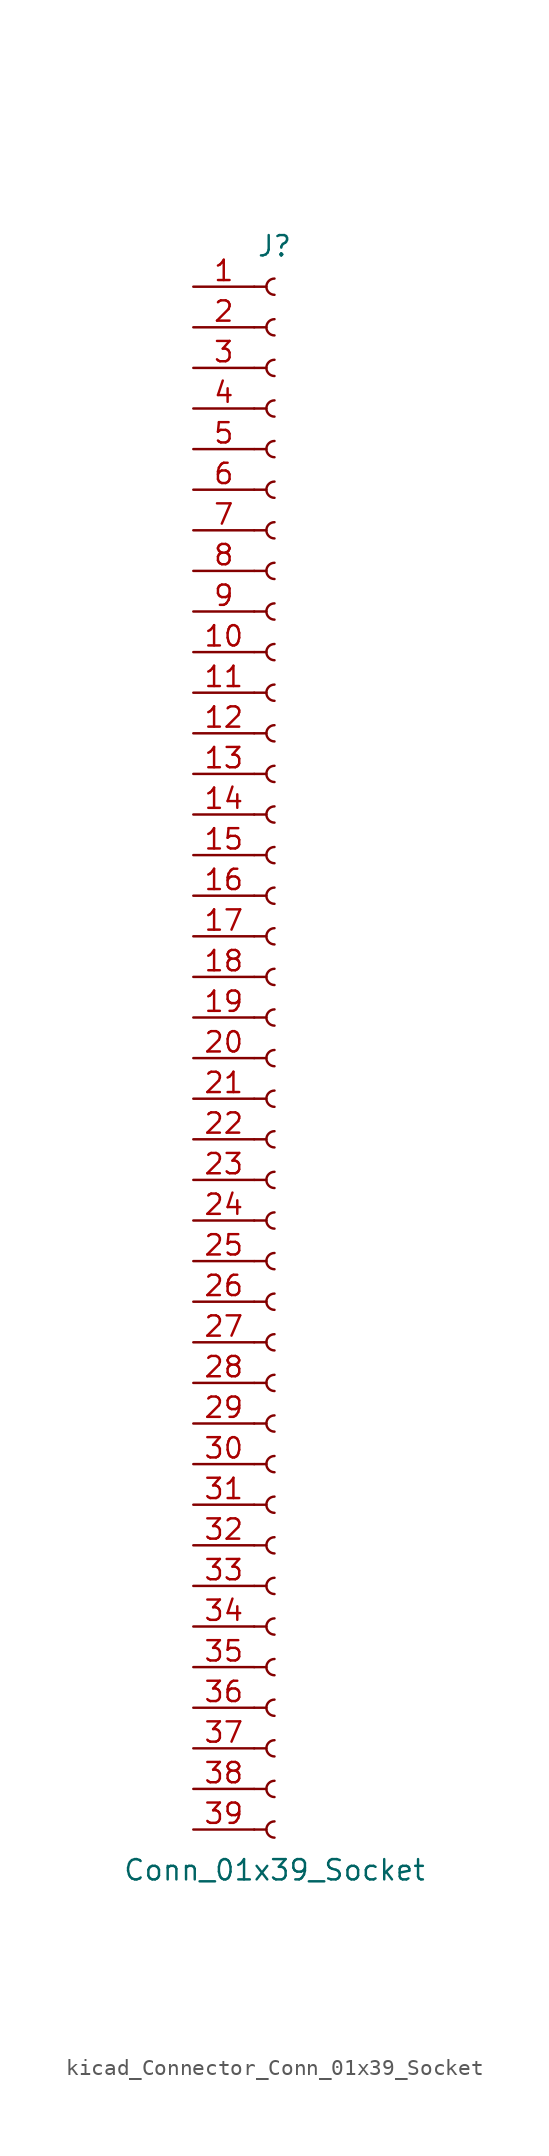
<source format=kicad_sym>
(kicad_symbol_lib
  (version 20220914)
  (generator kicad_symbol_editor)
  (symbol "kicad_Connector_Conn_01x39_Socket"
    (pin_names
      (offset 1.016) hide)
    (property "Reference" "J"
      (at 0 50.8 0)
      (effects (font (size 1.27 1.27))))
    (property "Value" "Conn_01x39_Socket"
      (at 0 -50.8 0)
      (effects (font (size 1.27 1.27))))
    (property "ki_locked" ""
      (at 0 0 0)
      (effects (font (size 1.27 1.27))))
    (symbol "kicad_Connector_Conn_01x39_Socket_1_1"
      (arc (start 0 -47.752) (mid -0.5058 -48.26) (end 0 -48.768) (stroke (width 0.1524) (type default)) (fill (type none)))
      (arc (start 0 -45.212) (mid -0.5058 -45.72) (end 0 -46.228) (stroke (width 0.1524) (type default)) (fill (type none)))
      (arc (start 0 -42.672) (mid -0.5058 -43.18) (end 0 -43.688) (stroke (width 0.1524) (type default)) (fill (type none)))
      (arc (start 0 -40.132) (mid -0.5058 -40.64) (end 0 -41.148) (stroke (width 0.1524) (type default)) (fill (type none)))
      (arc (start 0 -37.592) (mid -0.5058 -38.1) (end 0 -38.608) (stroke (width 0.1524) (type default)) (fill (type none)))
      (arc (start 0 -35.052) (mid -0.5058 -35.56) (end 0 -36.068) (stroke (width 0.1524) (type default)) (fill (type none)))
      (arc (start 0 -32.512) (mid -0.5058 -33.02) (end 0 -33.528) (stroke (width 0.1524) (type default)) (fill (type none)))
      (arc (start 0 -29.972) (mid -0.5058 -30.48) (end 0 -30.988) (stroke (width 0.1524) (type default)) (fill (type none)))
      (arc (start 0 -27.432) (mid -0.5058 -27.94) (end 0 -28.448) (stroke (width 0.1524) (type default)) (fill (type none)))
      (arc (start 0 -24.892) (mid -0.5058 -25.4) (end 0 -25.908) (stroke (width 0.1524) (type default)) (fill (type none)))
      (arc (start 0 -22.352) (mid -0.5058 -22.86) (end 0 -23.368) (stroke (width 0.1524) (type default)) (fill (type none)))
      (arc (start 0 -19.812) (mid -0.5058 -20.32) (end 0 -20.828) (stroke (width 0.1524) (type default)) (fill (type none)))
      (arc (start 0 -17.272) (mid -0.5058 -17.78) (end 0 -18.288) (stroke (width 0.1524) (type default)) (fill (type none)))
      (arc (start 0 -14.732) (mid -0.5058 -15.24) (end 0 -15.748) (stroke (width 0.1524) (type default)) (fill (type none)))
      (arc (start 0 -12.192) (mid -0.5058 -12.7) (end 0 -13.208) (stroke (width 0.1524) (type default)) (fill (type none)))
      (arc (start 0 -9.652) (mid -0.5058 -10.16) (end 0 -10.668) (stroke (width 0.1524) (type default)) (fill (type none)))
      (arc (start 0 -7.112) (mid -0.5058 -7.62) (end 0 -8.128) (stroke (width 0.1524) (type default)) (fill (type none)))
      (arc (start 0 -4.572) (mid -0.5058 -5.08) (end 0 -5.588) (stroke (width 0.1524) (type default)) (fill (type none)))
      (arc (start 0 -2.032) (mid -0.5058 -2.54) (end 0 -3.048) (stroke (width 0.1524) (type default)) (fill (type none)))
      (polyline (pts (xy -1.27 -48.26) (xy -0.508 -48.26)) (stroke (width 0.152) (type default)) (fill (type none)))
      (polyline (pts (xy -1.27 -45.72) (xy -0.508 -45.72)) (stroke (width 0.152) (type default)) (fill (type none)))
      (polyline (pts (xy -1.27 -43.18) (xy -0.508 -43.18)) (stroke (width 0.152) (type default)) (fill (type none)))
      (polyline (pts (xy -1.27 -40.64) (xy -0.508 -40.64)) (stroke (width 0.152) (type default)) (fill (type none)))
      (polyline (pts (xy -1.27 -38.1) (xy -0.508 -38.1)) (stroke (width 0.152) (type default)) (fill (type none)))
      (polyline (pts (xy -1.27 -35.56) (xy -0.508 -35.56)) (stroke (width 0.152) (type default)) (fill (type none)))
      (polyline (pts (xy -1.27 -33.02) (xy -0.508 -33.02)) (stroke (width 0.152) (type default)) (fill (type none)))
      (polyline (pts (xy -1.27 -30.48) (xy -0.508 -30.48)) (stroke (width 0.152) (type default)) (fill (type none)))
      (polyline (pts (xy -1.27 -27.94) (xy -0.508 -27.94)) (stroke (width 0.152) (type default)) (fill (type none)))
      (polyline (pts (xy -1.27 -25.4) (xy -0.508 -25.4)) (stroke (width 0.152) (type default)) (fill (type none)))
      (polyline (pts (xy -1.27 -22.86) (xy -0.508 -22.86)) (stroke (width 0.152) (type default)) (fill (type none)))
      (polyline (pts (xy -1.27 -20.32) (xy -0.508 -20.32)) (stroke (width 0.152) (type default)) (fill (type none)))
      (polyline (pts (xy -1.27 -17.78) (xy -0.508 -17.78)) (stroke (width 0.152) (type default)) (fill (type none)))
      (polyline (pts (xy -1.27 -15.24) (xy -0.508 -15.24)) (stroke (width 0.152) (type default)) (fill (type none)))
      (polyline (pts (xy -1.27 -12.7) (xy -0.508 -12.7)) (stroke (width 0.152) (type default)) (fill (type none)))
      (polyline (pts (xy -1.27 -10.16) (xy -0.508 -10.16)) (stroke (width 0.152) (type default)) (fill (type none)))
      (polyline (pts (xy -1.27 -7.62) (xy -0.508 -7.62)) (stroke (width 0.152) (type default)) (fill (type none)))
      (polyline (pts (xy -1.27 -5.08) (xy -0.508 -5.08)) (stroke (width 0.152) (type default)) (fill (type none)))
      (polyline (pts (xy -1.27 -2.54) (xy -0.508 -2.54)) (stroke (width 0.152) (type default)) (fill (type none)))
      (polyline (pts (xy -1.27 0) (xy -0.508 0)) (stroke (width 0.152) (type default)) (fill (type none)))
      (polyline (pts (xy -1.27 2.54) (xy -0.508 2.54)) (stroke (width 0.152) (type default)) (fill (type none)))
      (polyline (pts (xy -1.27 5.08) (xy -0.508 5.08)) (stroke (width 0.152) (type default)) (fill (type none)))
      (polyline (pts (xy -1.27 7.62) (xy -0.508 7.62)) (stroke (width 0.152) (type default)) (fill (type none)))
      (polyline (pts (xy -1.27 10.16) (xy -0.508 10.16)) (stroke (width 0.152) (type default)) (fill (type none)))
      (polyline (pts (xy -1.27 12.7) (xy -0.508 12.7)) (stroke (width 0.152) (type default)) (fill (type none)))
      (polyline (pts (xy -1.27 15.24) (xy -0.508 15.24)) (stroke (width 0.152) (type default)) (fill (type none)))
      (polyline (pts (xy -1.27 17.78) (xy -0.508 17.78)) (stroke (width 0.152) (type default)) (fill (type none)))
      (polyline (pts (xy -1.27 20.32) (xy -0.508 20.32)) (stroke (width 0.152) (type default)) (fill (type none)))
      (polyline (pts (xy -1.27 22.86) (xy -0.508 22.86)) (stroke (width 0.152) (type default)) (fill (type none)))
      (polyline (pts (xy -1.27 25.4) (xy -0.508 25.4)) (stroke (width 0.152) (type default)) (fill (type none)))
      (polyline (pts (xy -1.27 27.94) (xy -0.508 27.94)) (stroke (width 0.152) (type default)) (fill (type none)))
      (polyline (pts (xy -1.27 30.48) (xy -0.508 30.48)) (stroke (width 0.152) (type default)) (fill (type none)))
      (polyline (pts (xy -1.27 33.02) (xy -0.508 33.02)) (stroke (width 0.152) (type default)) (fill (type none)))
      (polyline (pts (xy -1.27 35.56) (xy -0.508 35.56)) (stroke (width 0.152) (type default)) (fill (type none)))
      (polyline (pts (xy -1.27 38.1) (xy -0.508 38.1)) (stroke (width 0.152) (type default)) (fill (type none)))
      (polyline (pts (xy -1.27 40.64) (xy -0.508 40.64)) (stroke (width 0.152) (type default)) (fill (type none)))
      (polyline (pts (xy -1.27 43.18) (xy -0.508 43.18)) (stroke (width 0.152) (type default)) (fill (type none)))
      (polyline (pts (xy -1.27 45.72) (xy -0.508 45.72)) (stroke (width 0.152) (type default)) (fill (type none)))
      (polyline (pts (xy -1.27 48.26) (xy -0.508 48.26)) (stroke (width 0.152) (type default)) (fill (type none)))
      (arc (start 0 0.508) (mid -0.5058 0) (end 0 -0.508) (stroke (width 0.1524) (type default)) (fill (type none)))
      (arc (start 0 3.048) (mid -0.5058 2.54) (end 0 2.032) (stroke (width 0.1524) (type default)) (fill (type none)))
      (arc (start 0 5.588) (mid -0.5058 5.08) (end 0 4.572) (stroke (width 0.1524) (type default)) (fill (type none)))
      (arc (start 0 8.128) (mid -0.5058 7.62) (end 0 7.112) (stroke (width 0.1524) (type default)) (fill (type none)))
      (arc (start 0 10.668) (mid -0.5058 10.16) (end 0 9.652) (stroke (width 0.1524) (type default)) (fill (type none)))
      (arc (start 0 13.208) (mid -0.5058 12.7) (end 0 12.192) (stroke (width 0.1524) (type default)) (fill (type none)))
      (arc (start 0 15.748) (mid -0.5058 15.24) (end 0 14.732) (stroke (width 0.1524) (type default)) (fill (type none)))
      (arc (start 0 18.288) (mid -0.5058 17.78) (end 0 17.272) (stroke (width 0.1524) (type default)) (fill (type none)))
      (arc (start 0 20.828) (mid -0.5058 20.32) (end 0 19.812) (stroke (width 0.1524) (type default)) (fill (type none)))
      (arc (start 0 23.368) (mid -0.5058 22.86) (end 0 22.352) (stroke (width 0.1524) (type default)) (fill (type none)))
      (arc (start 0 25.908) (mid -0.5058 25.4) (end 0 24.892) (stroke (width 0.1524) (type default)) (fill (type none)))
      (arc (start 0 28.448) (mid -0.5058 27.94) (end 0 27.432) (stroke (width 0.1524) (type default)) (fill (type none)))
      (arc (start 0 30.988) (mid -0.5058 30.48) (end 0 29.972) (stroke (width 0.1524) (type default)) (fill (type none)))
      (arc (start 0 33.528) (mid -0.5058 33.02) (end 0 32.512) (stroke (width 0.1524) (type default)) (fill (type none)))
      (arc (start 0 36.068) (mid -0.5058 35.56) (end 0 35.052) (stroke (width 0.1524) (type default)) (fill (type none)))
      (arc (start 0 38.608) (mid -0.5058 38.1) (end 0 37.592) (stroke (width 0.1524) (type default)) (fill (type none)))
      (arc (start 0 41.148) (mid -0.5058 40.64) (end 0 40.132) (stroke (width 0.1524) (type default)) (fill (type none)))
      (arc (start 0 43.688) (mid -0.5058 43.18) (end 0 42.672) (stroke (width 0.1524) (type default)) (fill (type none)))
      (arc (start 0 46.228) (mid -0.5058 45.72) (end 0 45.212) (stroke (width 0.1524) (type default)) (fill (type none)))
      (arc (start 0 48.768) (mid -0.5058 48.26) (end 0 47.752) (stroke (width 0.1524) (type default)) (fill (type none)))
      (pin passive line (at -5.08 48.26 0) (length 3.81) (name "Pin_1" (effects (font (size 1.27 1.27)))) (number "1" (effects (font (size 1.27 1.27)))))
      (pin passive line (at -5.08 25.4 0) (length 3.81) (name "Pin_10" (effects (font (size 1.27 1.27)))) (number "10" (effects (font (size 1.27 1.27)))))
      (pin passive line (at -5.08 22.86 0) (length 3.81) (name "Pin_11" (effects (font (size 1.27 1.27)))) (number "11" (effects (font (size 1.27 1.27)))))
      (pin passive line (at -5.08 20.32 0) (length 3.81) (name "Pin_12" (effects (font (size 1.27 1.27)))) (number "12" (effects (font (size 1.27 1.27)))))
      (pin passive line (at -5.08 17.78 0) (length 3.81) (name "Pin_13" (effects (font (size 1.27 1.27)))) (number "13" (effects (font (size 1.27 1.27)))))
      (pin passive line (at -5.08 15.24 0) (length 3.81) (name "Pin_14" (effects (font (size 1.27 1.27)))) (number "14" (effects (font (size 1.27 1.27)))))
      (pin passive line (at -5.08 12.7 0) (length 3.81) (name "Pin_15" (effects (font (size 1.27 1.27)))) (number "15" (effects (font (size 1.27 1.27)))))
      (pin passive line (at -5.08 10.16 0) (length 3.81) (name "Pin_16" (effects (font (size 1.27 1.27)))) (number "16" (effects (font (size 1.27 1.27)))))
      (pin passive line (at -5.08 7.62 0) (length 3.81) (name "Pin_17" (effects (font (size 1.27 1.27)))) (number "17" (effects (font (size 1.27 1.27)))))
      (pin passive line (at -5.08 5.08 0) (length 3.81) (name "Pin_18" (effects (font (size 1.27 1.27)))) (number "18" (effects (font (size 1.27 1.27)))))
      (pin passive line (at -5.08 2.54 0) (length 3.81) (name "Pin_19" (effects (font (size 1.27 1.27)))) (number "19" (effects (font (size 1.27 1.27)))))
      (pin passive line (at -5.08 45.72 0) (length 3.81) (name "Pin_2" (effects (font (size 1.27 1.27)))) (number "2" (effects (font (size 1.27 1.27)))))
      (pin passive line (at -5.08 0 0) (length 3.81) (name "Pin_20" (effects (font (size 1.27 1.27)))) (number "20" (effects (font (size 1.27 1.27)))))
      (pin passive line (at -5.08 -2.54 0) (length 3.81) (name "Pin_21" (effects (font (size 1.27 1.27)))) (number "21" (effects (font (size 1.27 1.27)))))
      (pin passive line (at -5.08 -5.08 0) (length 3.81) (name "Pin_22" (effects (font (size 1.27 1.27)))) (number "22" (effects (font (size 1.27 1.27)))))
      (pin passive line (at -5.08 -7.62 0) (length 3.81) (name "Pin_23" (effects (font (size 1.27 1.27)))) (number "23" (effects (font (size 1.27 1.27)))))
      (pin passive line (at -5.08 -10.16 0) (length 3.81) (name "Pin_24" (effects (font (size 1.27 1.27)))) (number "24" (effects (font (size 1.27 1.27)))))
      (pin passive line (at -5.08 -12.7 0) (length 3.81) (name "Pin_25" (effects (font (size 1.27 1.27)))) (number "25" (effects (font (size 1.27 1.27)))))
      (pin passive line (at -5.08 -15.24 0) (length 3.81) (name "Pin_26" (effects (font (size 1.27 1.27)))) (number "26" (effects (font (size 1.27 1.27)))))
      (pin passive line (at -5.08 -17.78 0) (length 3.81) (name "Pin_27" (effects (font (size 1.27 1.27)))) (number "27" (effects (font (size 1.27 1.27)))))
      (pin passive line (at -5.08 -20.32 0) (length 3.81) (name "Pin_28" (effects (font (size 1.27 1.27)))) (number "28" (effects (font (size 1.27 1.27)))))
      (pin passive line (at -5.08 -22.86 0) (length 3.81) (name "Pin_29" (effects (font (size 1.27 1.27)))) (number "29" (effects (font (size 1.27 1.27)))))
      (pin passive line (at -5.08 43.18 0) (length 3.81) (name "Pin_3" (effects (font (size 1.27 1.27)))) (number "3" (effects (font (size 1.27 1.27)))))
      (pin passive line (at -5.08 -25.4 0) (length 3.81) (name "Pin_30" (effects (font (size 1.27 1.27)))) (number "30" (effects (font (size 1.27 1.27)))))
      (pin passive line (at -5.08 -27.94 0) (length 3.81) (name "Pin_31" (effects (font (size 1.27 1.27)))) (number "31" (effects (font (size 1.27 1.27)))))
      (pin passive line (at -5.08 -30.48 0) (length 3.81) (name "Pin_32" (effects (font (size 1.27 1.27)))) (number "32" (effects (font (size 1.27 1.27)))))
      (pin passive line (at -5.08 -33.02 0) (length 3.81) (name "Pin_33" (effects (font (size 1.27 1.27)))) (number "33" (effects (font (size 1.27 1.27)))))
      (pin passive line (at -5.08 -35.56 0) (length 3.81) (name "Pin_34" (effects (font (size 1.27 1.27)))) (number "34" (effects (font (size 1.27 1.27)))))
      (pin passive line (at -5.08 -38.1 0) (length 3.81) (name "Pin_35" (effects (font (size 1.27 1.27)))) (number "35" (effects (font (size 1.27 1.27)))))
      (pin passive line (at -5.08 -40.64 0) (length 3.81) (name "Pin_36" (effects (font (size 1.27 1.27)))) (number "36" (effects (font (size 1.27 1.27)))))
      (pin passive line (at -5.08 -43.18 0) (length 3.81) (name "Pin_37" (effects (font (size 1.27 1.27)))) (number "37" (effects (font (size 1.27 1.27)))))
      (pin passive line (at -5.08 -45.72 0) (length 3.81) (name "Pin_38" (effects (font (size 1.27 1.27)))) (number "38" (effects (font (size 1.27 1.27)))))
      (pin passive line (at -5.08 -48.26 0) (length 3.81) (name "Pin_39" (effects (font (size 1.27 1.27)))) (number "39" (effects (font (size 1.27 1.27)))))
      (pin passive line (at -5.08 40.64 0) (length 3.81) (name "Pin_4" (effects (font (size 1.27 1.27)))) (number "4" (effects (font (size 1.27 1.27)))))
      (pin passive line (at -5.08 38.1 0) (length 3.81) (name "Pin_5" (effects (font (size 1.27 1.27)))) (number "5" (effects (font (size 1.27 1.27)))))
      (pin passive line (at -5.08 35.56 0) (length 3.81) (name "Pin_6" (effects (font (size 1.27 1.27)))) (number "6" (effects (font (size 1.27 1.27)))))
      (pin passive line (at -5.08 33.02 0) (length 3.81) (name "Pin_7" (effects (font (size 1.27 1.27)))) (number "7" (effects (font (size 1.27 1.27)))))
      (pin passive line (at -5.08 30.48 0) (length 3.81) (name "Pin_8" (effects (font (size 1.27 1.27)))) (number "8" (effects (font (size 1.27 1.27)))))
      (pin passive line (at -5.08 27.94 0) (length 3.81) (name "Pin_9" (effects (font (size 1.27 1.27)))) (number "9" (effects (font (size 1.27 1.27))))))))
</source>
